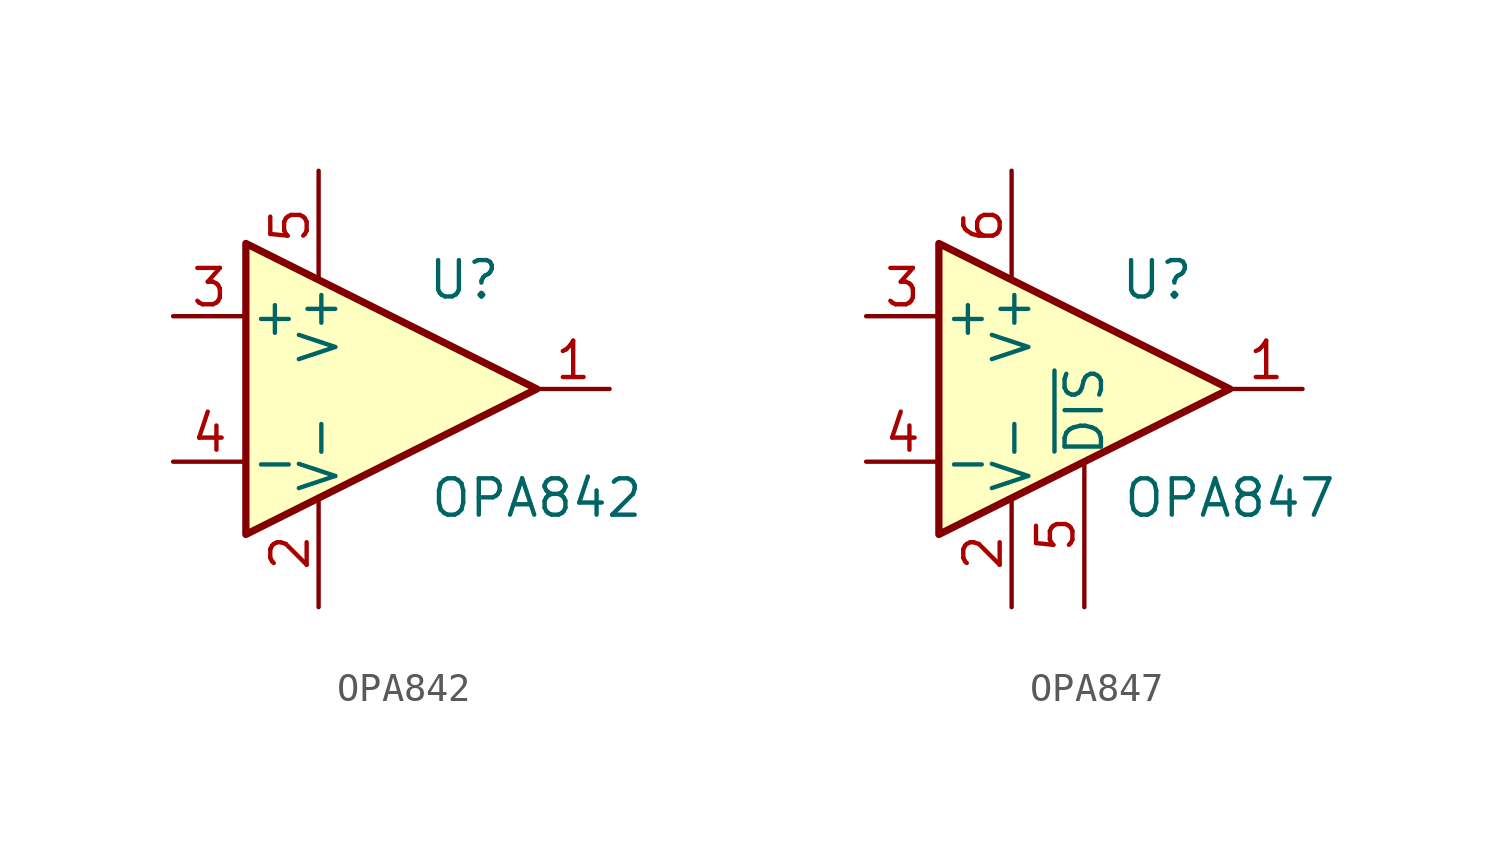
<source format=kicad_sym>
(kicad_symbol_lib
  (version 20200126)
  (host kicad_symbol_editor "(5.99.0-2195-g476558ece)")
  (symbol "OPA84X:OPA842"
    (pin_names
      (offset 0.127))
    (property "Reference" "U"
      (at 5.08 3.81 0)
      (effects (font (size 1.27 1.27))))
    (property "Value" "OPA842"
      (at 7.62 -3.81 0)
      (effects (font (size 1.27 1.27))))
    (symbol "OPA842_1_1"
      (polyline (pts (xy -2.54 5.08) (xy 7.62 0) (xy -2.54 -5.08) (xy -2.54 5.08)) (stroke (width 0.254)) (fill (type background)))
      (pin output line (at 10.16 0 180) (length 2.54) (name "~" (effects (font (size 1.27 1.27)))) (number "1" (effects (font (size 1.27 1.27)))))
      (pin power_in line (at 0 -7.62 90) (length 3.81) (name "V-" (effects (font (size 1.27 1.27)))) (number "2" (effects (font (size 1.27 1.27)))))
      (pin input line (at -5.08 2.54 0) (length 2.54) (name "+" (effects (font (size 1.27 1.27)))) (number "3" (effects (font (size 1.27 1.27)))))
      (pin input line (at -5.08 -2.54 0) (length 2.54) (name "-" (effects (font (size 1.27 1.27)))) (number "4" (effects (font (size 1.27 1.27)))))
      (pin power_in line (at 0 7.62 270) (length 3.81) (name "V+" (effects (font (size 1.27 1.27)))) (number "5" (effects (font (size 1.27 1.27)))))))
  (symbol "OPA84X:OPA847"
    (pin_names
      (offset 0.127))
    (property "Reference" "U"
      (at 5.08 3.81 0)
      (effects (font (size 1.27 1.27))))
    (property "Value" "OPA847"
      (at 7.62 -3.81 0)
      (effects (font (size 1.27 1.27))))
    (symbol "OPA847_1_1"
      (polyline (pts (xy -2.54 5.08) (xy 7.62 0) (xy -2.54 -5.08) (xy -2.54 5.08)) (stroke (width 0.254)) (fill (type background)))
      (pin output line (at 10.16 0 180) (length 2.54) (name "~" (effects (font (size 1.27 1.27)))) (number "1" (effects (font (size 1.27 1.27)))))
      (pin power_in line (at 0 -7.62 90) (length 3.81) (name "V-" (effects (font (size 1.27 1.27)))) (number "2" (effects (font (size 1.27 1.27)))))
      (pin input line (at -5.08 2.54 0) (length 2.54) (name "+" (effects (font (size 1.27 1.27)))) (number "3" (effects (font (size 1.27 1.27)))))
      (pin input line (at -5.08 -2.54 0) (length 2.54) (name "-" (effects (font (size 1.27 1.27)))) (number "4" (effects (font (size 1.27 1.27)))))
      (pin input line (at 2.54 -7.62 90) (length 5.08) (name "~DIS" (effects (font (size 1.27 1.27)))) (number "5" (effects (font (size 1.27 1.27)))))
      (pin power_in line (at 0 7.62 270) (length 3.81) (name "V+" (effects (font (size 1.27 1.27)))) (number "6" (effects (font (size 1.27 1.27))))))))
</source>
